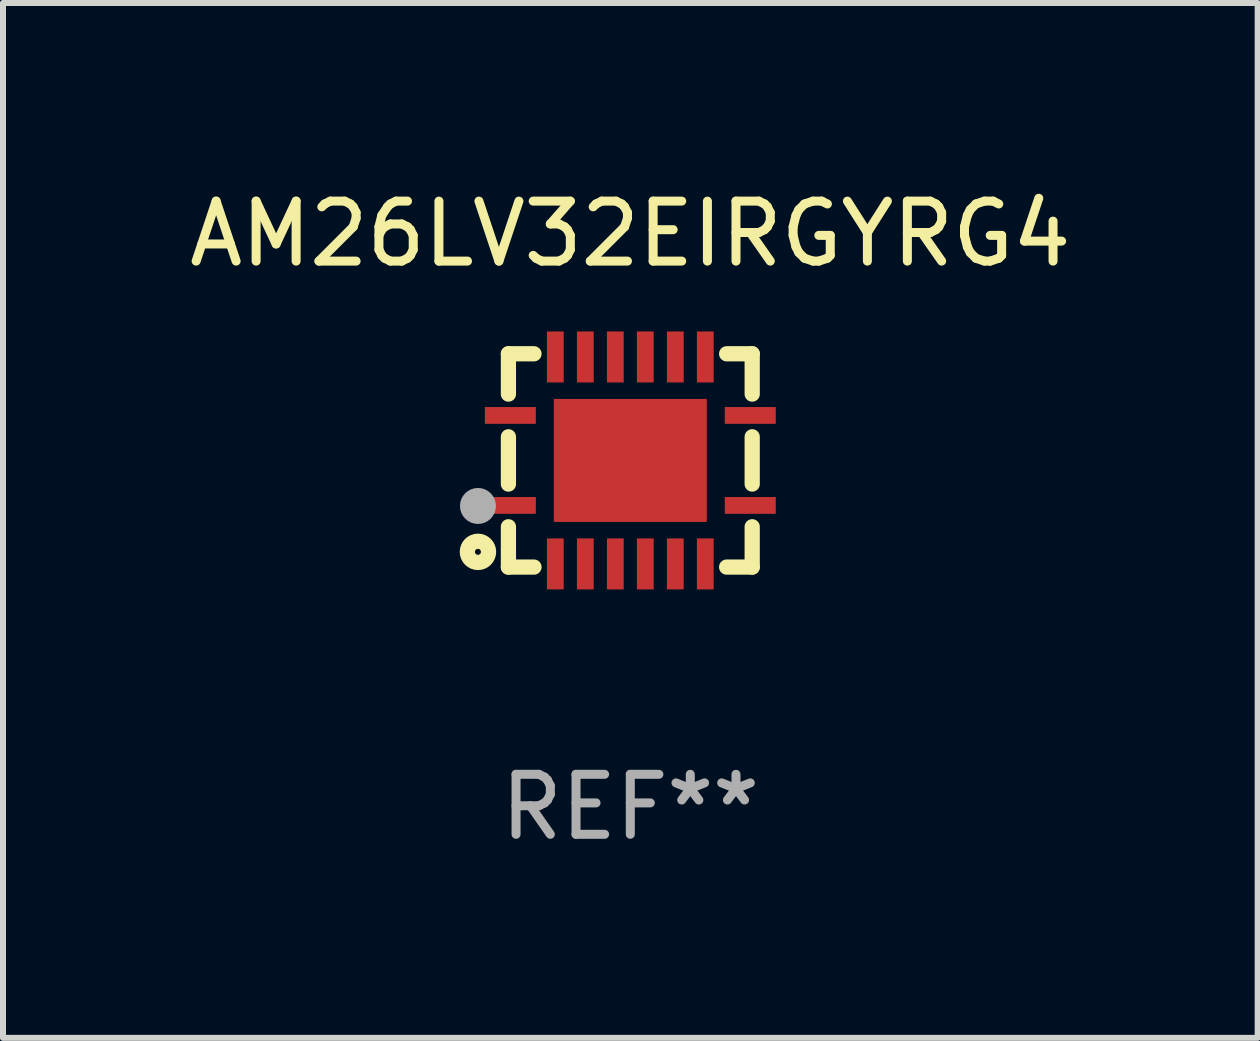
<source format=kicad_pcb>
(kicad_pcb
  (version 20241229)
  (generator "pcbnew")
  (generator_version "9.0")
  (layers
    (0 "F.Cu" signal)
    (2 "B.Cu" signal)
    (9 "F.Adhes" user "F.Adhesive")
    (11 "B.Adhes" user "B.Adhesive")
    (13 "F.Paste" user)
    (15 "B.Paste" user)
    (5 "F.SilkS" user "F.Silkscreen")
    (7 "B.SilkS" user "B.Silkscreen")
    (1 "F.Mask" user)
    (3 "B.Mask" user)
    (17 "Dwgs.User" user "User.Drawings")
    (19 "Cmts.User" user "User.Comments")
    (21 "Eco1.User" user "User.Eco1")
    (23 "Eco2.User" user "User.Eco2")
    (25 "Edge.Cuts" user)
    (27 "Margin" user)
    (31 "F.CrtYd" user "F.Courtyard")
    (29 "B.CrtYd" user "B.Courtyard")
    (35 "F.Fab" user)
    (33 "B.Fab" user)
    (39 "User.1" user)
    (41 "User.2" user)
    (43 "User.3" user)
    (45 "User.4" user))
  (footprint "AM26LV32EIRGYRG4"
    (layer "F.Cu")
    (at 7.458 4.626)
    (property "Reference" "AM26LV32EIRGYRG4" (at 0 -3.778 0) (layer "F.SilkS") (effects (font (size 1 1) (thickness 0.15))))
    (attr through_hole)
    (fp_line (start -2.032 -1.778) (end -2.032 -1.106) (stroke (width 0.254) (type solid)) (layer "F.SilkS"))
    (fp_line (start -2.032 -0.394) (end -2.032 0.394) (stroke (width 0.254) (type solid)) (layer "F.SilkS"))
    (fp_line (start -2.032 1.106) (end -2.032 1.778) (stroke (width 0.254) (type solid)) (layer "F.SilkS"))
    (fp_line (start -2.032 1.778) (end -1.606 1.778) (stroke (width 0.254) (type solid)) (layer "F.SilkS"))
    (fp_line (start -1.606 -1.778) (end -2.032 -1.778) (stroke (width 0.254) (type solid)) (layer "F.SilkS"))
    (fp_line (start 1.606 1.778) (end 2.032 1.778) (stroke (width 0.254) (type solid)) (layer "F.SilkS"))
    (fp_line (start 2.032 -1.778) (end 1.606 -1.778) (stroke (width 0.254) (type solid)) (layer "F.SilkS"))
    (fp_line (start 2.032 -1.106) (end 2.032 -1.778) (stroke (width 0.254) (type solid)) (layer "F.SilkS"))
    (fp_line (start 2.032 0.394) (end 2.032 -0.394) (stroke (width 0.254) (type solid)) (layer "F.SilkS"))
    (fp_line (start 2.032 1.778) (end 2.032 1.106) (stroke (width 0.254) (type solid)) (layer "F.SilkS"))
    (fp_circle (center -2.54 1.524) (end -2.363 1.524) (stroke (width 0.254) (type solid)) (fill no) (layer "F.SilkS"))
    (fp_circle (center -2.002 1.752) (end -1.952 1.752) (stroke (width 0.1) (type solid)) (fill no) (layer "F.SilkS"))
    (fp_circle (center -2.54 0.759) (end -2.39 0.759) (stroke (width 0.3) (type solid)) (fill no) (layer "F.Fab"))
    (fp_text user "REF**" (at 0 5.778 0) (layer "F.Fab") (effects (font (size 1 1) (thickness 0.15))))
    (pad "1" smd rect (at -2 0.75 90) (size 0.28 0.85) (layers "F.Cu" "F.Mask" "F.Paste"))
    (pad "2" smd rect (at -1.25 1.725 180) (size 0.28 0.85) (layers "F.Cu" "F.Mask" "F.Paste"))
    (pad "3" smd rect (at -0.75 1.725 180) (size 0.28 0.85) (layers "F.Cu" "F.Mask" "F.Paste"))
    (pad "4" smd rect (at -0.25 1.725 180) (size 0.28 0.85) (layers "F.Cu" "F.Mask" "F.Paste"))
    (pad "5" smd rect (at 0.25 1.725 180) (size 0.28 0.85) (layers "F.Cu" "F.Mask" "F.Paste"))
    (pad "6" smd rect (at 0.75 1.725 180) (size 0.28 0.85) (layers "F.Cu" "F.Mask" "F.Paste"))
    (pad "7" smd rect (at 1.25 1.725 180) (size 0.28 0.85) (layers "F.Cu" "F.Mask" "F.Paste"))
    (pad "8" smd rect (at 2 0.75 270) (size 0.28 0.85) (layers "F.Cu" "F.Mask" "F.Paste"))
    (pad "9" smd rect (at 2 -0.75 270) (size 0.28 0.85) (layers "F.Cu" "F.Mask" "F.Paste"))
    (pad "10" smd rect (at 1.25 -1.725) (size 0.28 0.85) (layers "F.Cu" "F.Mask" "F.Paste"))
    (pad "11" smd rect (at 0.75 -1.725) (size 0.28 0.85) (layers "F.Cu" "F.Mask" "F.Paste"))
    (pad "12" smd rect (at 0.25 -1.725) (size 0.28 0.85) (layers "F.Cu" "F.Mask" "F.Paste"))
    (pad "13" smd rect (at -0.25 -1.725) (size 0.28 0.85) (layers "F.Cu" "F.Mask" "F.Paste"))
    (pad "14" smd rect (at -0.75 -1.725) (size 0.28 0.85) (layers "F.Cu" "F.Mask" "F.Paste"))
    (pad "15" smd rect (at -1.25 -1.725) (size 0.28 0.85) (layers "F.Cu" "F.Mask" "F.Paste"))
    (pad "16" smd rect (at -2 -0.75 90) (size 0.28 0.85) (layers "F.Cu" "F.Mask" "F.Paste"))
    (pad "17" smd rect (at 0.000051 0 270) (size 2.05 2.55) (layers "F.Cu" "F.Mask" "F.Paste")))
  (gr_rect
    (start -3 -3)
    (end 17.917 14.253)
    (stroke (width 0.1) (type default))
    (fill no)
    (layer "Edge.Cuts")))
</source>
